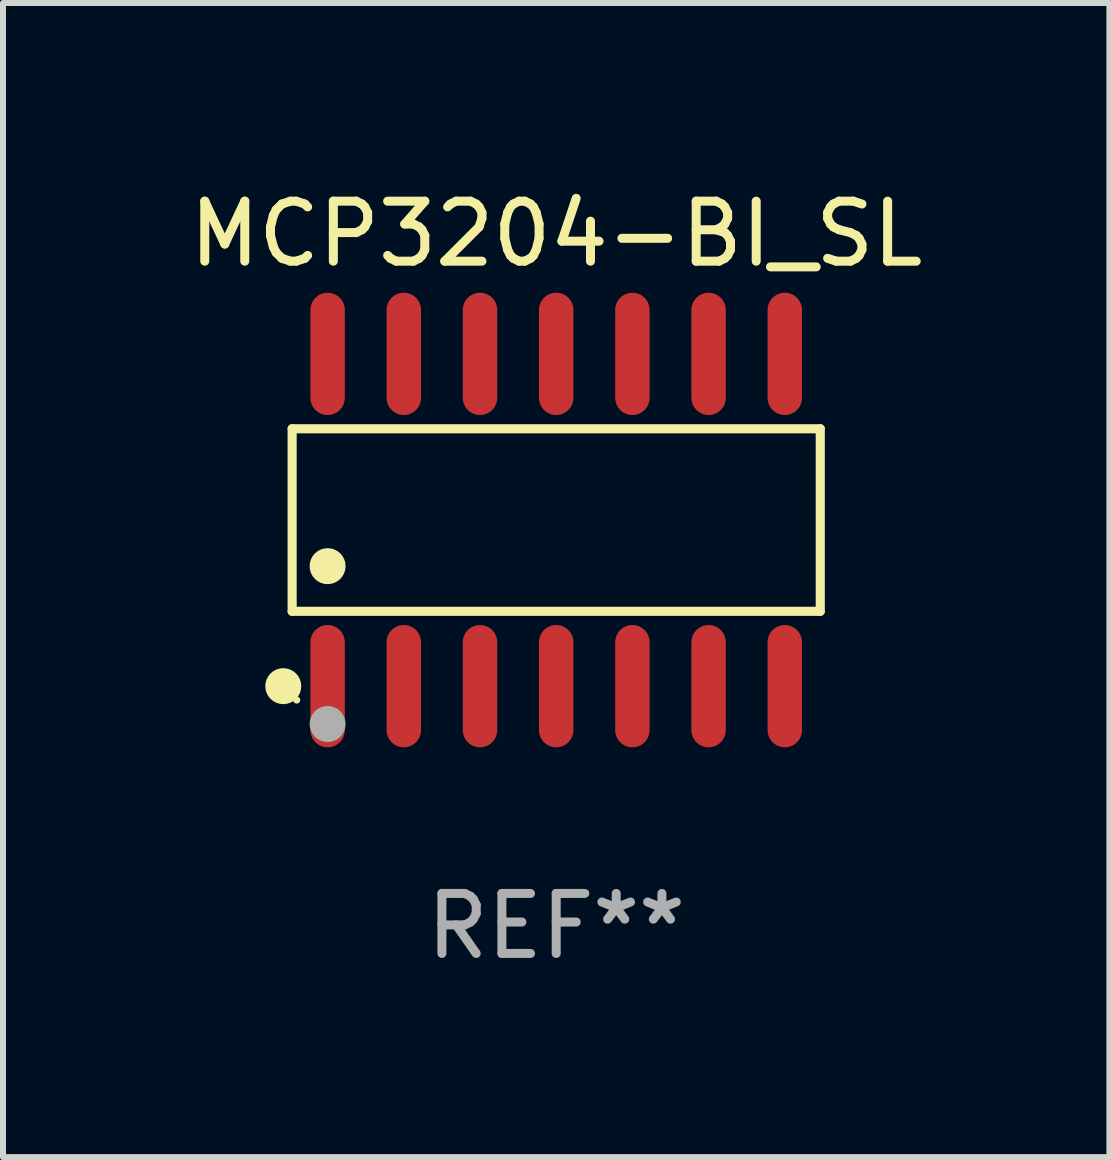
<source format=kicad_pcb>
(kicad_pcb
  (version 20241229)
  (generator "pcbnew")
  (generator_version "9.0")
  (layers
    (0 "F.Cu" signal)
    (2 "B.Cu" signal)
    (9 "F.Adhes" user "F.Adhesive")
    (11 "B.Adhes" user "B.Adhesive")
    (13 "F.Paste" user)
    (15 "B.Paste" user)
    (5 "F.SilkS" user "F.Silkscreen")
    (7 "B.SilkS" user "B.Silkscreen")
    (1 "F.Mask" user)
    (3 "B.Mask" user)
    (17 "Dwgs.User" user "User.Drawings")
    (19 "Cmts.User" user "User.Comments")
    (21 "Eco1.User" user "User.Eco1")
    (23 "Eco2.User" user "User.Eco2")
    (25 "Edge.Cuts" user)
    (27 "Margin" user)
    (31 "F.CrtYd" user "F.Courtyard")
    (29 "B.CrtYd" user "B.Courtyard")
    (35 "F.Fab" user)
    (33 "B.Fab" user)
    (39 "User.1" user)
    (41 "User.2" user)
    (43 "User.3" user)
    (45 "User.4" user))
  (footprint "MCP3204-BI_SL"
    (layer "F.Cu")
    (at 6.22 5.617)
    (property "Reference" "MCP3204-BI_SL" (at 0 -4.769 0) (layer "F.SilkS") (effects (font (size 1 1) (thickness 0.15))))
    (attr through_hole)
    (fp_line (start -4.401 -1.521) (end 4.401 -1.521) (stroke (width 0.152) (type solid)) (layer "F.SilkS"))
    (fp_line (start -4.401 1.521) (end -4.401 -1.521) (stroke (width 0.152) (type solid)) (layer "F.SilkS"))
    (fp_line (start 4.401 -1.521) (end 4.401 1.521) (stroke (width 0.152) (type solid)) (layer "F.SilkS"))
    (fp_line (start 4.401 1.521) (end -4.401 1.521) (stroke (width 0.152) (type solid)) (layer "F.SilkS"))
    (fp_circle (center -4.549 2.769) (end -4.399 2.769) (stroke (width 0.3) (type solid)) (fill no) (layer "F.SilkS"))
    (fp_circle (center -4.325 3) (end -4.295 3) (stroke (width 0.06) (type solid)) (fill no) (layer "F.SilkS"))
    (fp_circle (center -3.81 0.769) (end -3.66 0.769) (stroke (width 0.3) (type solid)) (fill no) (layer "F.SilkS"))
    (fp_circle (center -3.81 3.4) (end -3.66 3.4) (stroke (width 0.3) (type solid)) (fill no) (layer "F.Fab"))
    (fp_text user "REF**" (at 0 6.769 0) (layer "F.Fab") (effects (font (size 1 1) (thickness 0.15))))
    (pad "1" smd oval (at -3.81 2.769) (size 0.574 2.038) (layers "F.Cu" "F.Mask" "F.Paste"))
    (pad "2" smd oval (at -2.54 2.769) (size 0.574 2.038) (layers "F.Cu" "F.Mask" "F.Paste"))
    (pad "3" smd oval (at -1.27 2.769) (size 0.574 2.038) (layers "F.Cu" "F.Mask" "F.Paste"))
    (pad "4" smd oval (at 0 2.769) (size 0.574 2.038) (layers "F.Cu" "F.Mask" "F.Paste"))
    (pad "5" smd oval (at 1.27 2.769) (size 0.574 2.038) (layers "F.Cu" "F.Mask" "F.Paste"))
    (pad "6" smd oval (at 2.54 2.769) (size 0.574 2.038) (layers "F.Cu" "F.Mask" "F.Paste"))
    (pad "7" smd oval (at 3.81 2.769) (size 0.574 2.038) (layers "F.Cu" "F.Mask" "F.Paste"))
    (pad "8" smd oval (at 3.81 -2.769) (size 0.574 2.038) (layers "F.Cu" "F.Mask" "F.Paste"))
    (pad "9" smd oval (at 2.54 -2.769) (size 0.574 2.038) (layers "F.Cu" "F.Mask" "F.Paste"))
    (pad "10" smd oval (at 1.27 -2.769) (size 0.574 2.038) (layers "F.Cu" "F.Mask" "F.Paste"))
    (pad "11" smd oval (at 0 -2.769) (size 0.574 2.038) (layers "F.Cu" "F.Mask" "F.Paste"))
    (pad "12" smd oval (at -1.27 -2.769) (size 0.574 2.038) (layers "F.Cu" "F.Mask" "F.Paste"))
    (pad "13" smd oval (at -2.54 -2.769) (size 0.574 2.038) (layers "F.Cu" "F.Mask" "F.Paste"))
    (pad "14" smd oval (at -3.81 -2.769) (size 0.574 2.038) (layers "F.Cu" "F.Mask" "F.Paste")))
  (gr_rect
    (start -3 -3)
    (end 15.44 16.235)
    (stroke (width 0.1) (type default))
    (fill no)
    (layer "Edge.Cuts")))
</source>
